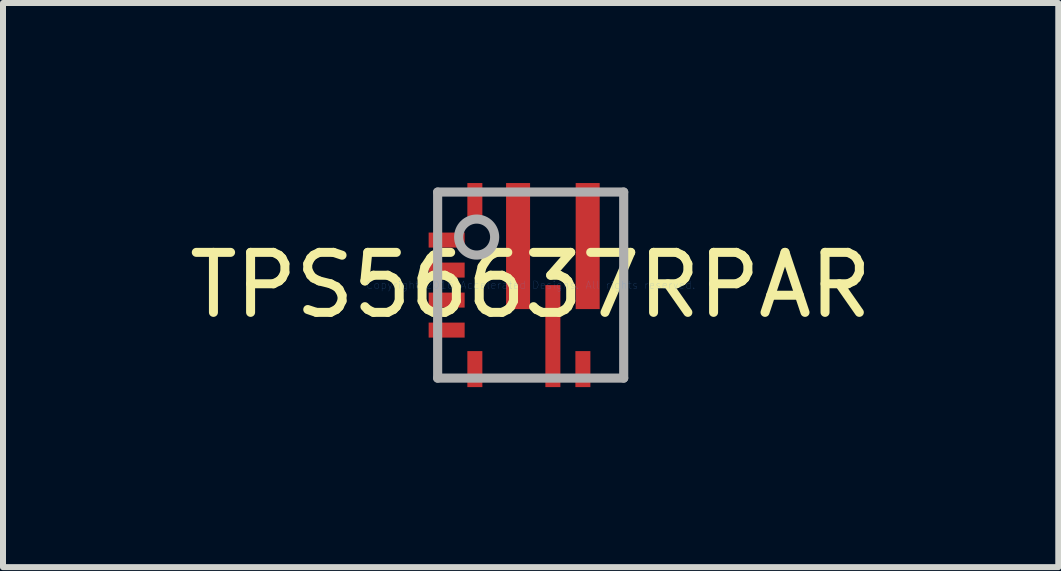
<source format=kicad_pcb>
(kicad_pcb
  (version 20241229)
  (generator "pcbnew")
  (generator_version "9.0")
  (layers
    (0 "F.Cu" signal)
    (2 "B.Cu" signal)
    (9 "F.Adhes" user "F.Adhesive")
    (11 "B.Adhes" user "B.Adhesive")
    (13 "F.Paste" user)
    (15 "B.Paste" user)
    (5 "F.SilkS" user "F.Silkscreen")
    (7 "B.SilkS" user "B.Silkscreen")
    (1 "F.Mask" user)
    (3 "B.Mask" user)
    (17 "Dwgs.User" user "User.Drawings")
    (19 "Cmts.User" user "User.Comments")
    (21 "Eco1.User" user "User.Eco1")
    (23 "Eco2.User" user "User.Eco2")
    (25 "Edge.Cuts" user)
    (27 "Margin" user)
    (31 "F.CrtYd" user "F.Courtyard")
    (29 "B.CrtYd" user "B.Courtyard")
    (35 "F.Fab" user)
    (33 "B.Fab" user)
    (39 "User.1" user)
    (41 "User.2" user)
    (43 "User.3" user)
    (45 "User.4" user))
  (footprint "TPS56637RPAR"
    (layer "F.Cu")
    (at 5.792 1.7)
    (property "Reference" "TPS56637RPAR" (at 0 0 0) (layer "F.SilkS") (effects (font (size 1 1) (thickness 0.15))))
    (attr through_hole)
    (fp_line (start -1.55 -1.55) (end 1.55 -1.55) (stroke (width 0.152) (type solid)) (layer "F.Fab"))
    (fp_line (start -1.55 1.55) (end -1.55 -1.55) (stroke (width 0.152) (type solid)) (layer "F.Fab"))
    (fp_line (start -1.55 1.55) (end 1.55 1.55) (stroke (width 0.152) (type solid)) (layer "F.Fab"))
    (fp_line (start 1.55 1.55) (end 1.55 -1.55) (stroke (width 0.152) (type solid)) (layer "F.Fab"))
    (fp_circle (center -0.9 -0.8) (end -0.6 -0.8) (stroke (width 0.152) (type solid)) (fill no) (layer "F.Fab"))
    (fp_text user "Copyright 2016 Accelerated Designs. All rights reserved." (at 0 0 0) (layer "Cmts.User") (effects (font (size 0.127 0.127) (thickness 0.002))))
    (pad "1" smd rect (at -1.4 -0.75) (size 0.6 0.25) (layers "F.Cu" "F.Mask" "F.Paste"))
    (pad "2" smd rect (at -1.4 -0.25) (size 0.6 0.25) (layers "F.Cu" "F.Mask" "F.Paste"))
    (pad "3" smd rect (at -1.4 0.25) (size 0.6 0.25) (layers "F.Cu" "F.Mask" "F.Paste"))
    (pad "4" smd rect (at -1.4 0.75) (size 0.6 0.25) (layers "F.Cu" "F.Mask" "F.Paste"))
    (pad "5" smd rect (at -0.93 1.4 90) (size 0.6 0.25) (layers "F.Cu" "F.Mask" "F.Paste"))
    (pad "6" smd rect (at 0.37 0.85 90) (size 1.7 0.25) (layers "F.Cu" "F.Mask" "F.Paste"))
    (pad "7" smd rect (at 0.87 1.4 90) (size 0.6 0.25) (layers "F.Cu" "F.Mask" "F.Paste"))
    (pad "8" smd rect (at 0.95 -0.65 90) (size 2.1 0.4) (layers "F.Cu" "F.Mask" "F.Paste"))
    (pad "9" smd rect (at -0.21 -0.65 90) (size 2.1 0.4) (layers "F.Cu" "F.Mask" "F.Paste"))
    (pad "10" smd rect (at -0.93 -1.4 90) (size 0.6 0.25) (layers "F.Cu" "F.Mask" "F.Paste")))
  (gr_rect
    (start -3 -3)
    (end 14.583 6.4)
    (stroke (width 0.1) (type default))
    (fill no)
    (layer "Edge.Cuts")))
</source>
